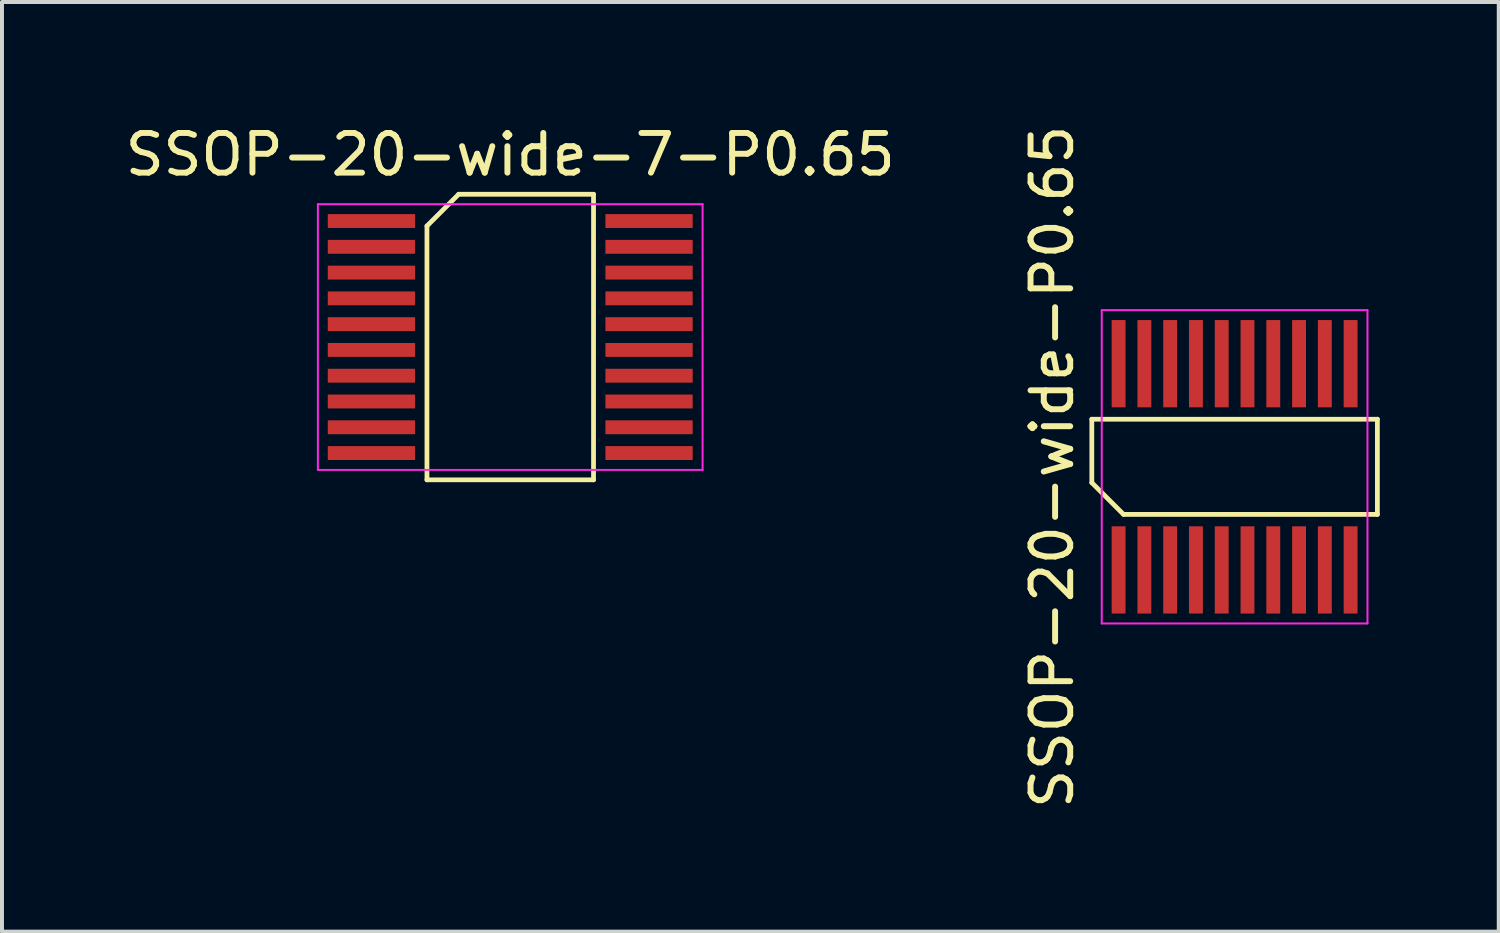
<source format=kicad_pcb>
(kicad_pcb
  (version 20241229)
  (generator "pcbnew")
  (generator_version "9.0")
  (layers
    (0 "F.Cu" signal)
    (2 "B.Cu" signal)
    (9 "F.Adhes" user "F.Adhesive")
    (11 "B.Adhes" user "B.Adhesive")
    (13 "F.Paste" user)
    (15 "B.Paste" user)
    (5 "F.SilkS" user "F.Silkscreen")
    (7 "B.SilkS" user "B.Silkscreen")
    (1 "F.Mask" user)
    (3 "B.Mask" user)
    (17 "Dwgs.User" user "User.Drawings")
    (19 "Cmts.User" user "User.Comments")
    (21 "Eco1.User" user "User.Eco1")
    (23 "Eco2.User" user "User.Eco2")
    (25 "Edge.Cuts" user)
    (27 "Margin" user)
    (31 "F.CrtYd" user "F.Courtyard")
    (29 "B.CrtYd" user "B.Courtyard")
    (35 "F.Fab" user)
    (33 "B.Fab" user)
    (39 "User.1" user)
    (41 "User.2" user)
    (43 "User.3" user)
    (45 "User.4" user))
  (footprint "SSOP-20-wide-P0.65"
    (layer "F.Cu")
    (at 28.079 8.72)
    (property "Reference" "SSOP-20-wide-P0.65" (at -4.6 0 90) (layer "F.SilkS") (effects (font (size 1 1) (thickness 0.15))))
    (attr smd)
    (fp_line (start -3.6 -1.2) (end 3.6 -1.2) (stroke (width 0.12) (type solid)) (layer "F.SilkS"))
    (fp_line (start -3.6 0.4) (end -3.6 -1.2) (stroke (width 0.12) (type solid)) (layer "F.SilkS"))
    (fp_line (start -2.8 1.2) (end -3.6 0.4) (stroke (width 0.12) (type solid)) (layer "F.SilkS"))
    (fp_line (start 3.6 -1.2) (end 3.6 1.2) (stroke (width 0.12) (type solid)) (layer "F.SilkS"))
    (fp_line (start 3.6 1.2) (end -2.8 1.2) (stroke (width 0.12) (type solid)) (layer "F.SilkS"))
    (fp_line (start -3.35 -3.95) (end 3.35 -3.95) (stroke (width 0.05) (type solid)) (layer "F.CrtYd"))
    (fp_line (start -3.35 3.95) (end -3.35 -3.95) (stroke (width 0.05) (type solid)) (layer "F.CrtYd"))
    (fp_line (start 3.35 -3.95) (end 3.35 3.95) (stroke (width 0.05) (type solid)) (layer "F.CrtYd"))
    (fp_line (start 3.35 3.95) (end -3.35 3.95) (stroke (width 0.05) (type solid)) (layer "F.CrtYd"))
    (pad "1" smd rect (at -2.925 2.6) (size 0.35 2.2) (layers "F.Cu" "F.Mask" "F.Paste"))
    (pad "2" smd rect (at -2.275 2.6) (size 0.35 2.2) (layers "F.Cu" "F.Mask" "F.Paste"))
    (pad "3" smd rect (at -1.625 2.6) (size 0.35 2.2) (layers "F.Cu" "F.Mask" "F.Paste"))
    (pad "4" smd rect (at -0.975 2.6) (size 0.35 2.2) (layers "F.Cu" "F.Mask" "F.Paste"))
    (pad "5" smd rect (at -0.325 2.6) (size 0.35 2.2) (layers "F.Cu" "F.Mask" "F.Paste"))
    (pad "6" smd rect (at 0.325 2.6) (size 0.35 2.2) (layers "F.Cu" "F.Mask" "F.Paste"))
    (pad "7" smd rect (at 0.975 2.6) (size 0.35 2.2) (layers "F.Cu" "F.Mask" "F.Paste"))
    (pad "8" smd rect (at 1.625 2.6) (size 0.35 2.2) (layers "F.Cu" "F.Mask" "F.Paste"))
    (pad "9" smd rect (at 2.275 2.6) (size 0.35 2.2) (layers "F.Cu" "F.Mask" "F.Paste"))
    (pad "10" smd rect (at 2.925 2.6) (size 0.35 2.2) (layers "F.Cu" "F.Mask" "F.Paste"))
    (pad "11" smd rect (at 2.925 -2.6) (size 0.35 2.2) (layers "F.Cu" "F.Mask" "F.Paste"))
    (pad "12" smd rect (at 2.275 -2.6) (size 0.35 2.2) (layers "F.Cu" "F.Mask" "F.Paste"))
    (pad "13" smd rect (at 1.625 -2.6) (size 0.35 2.2) (layers "F.Cu" "F.Mask" "F.Paste"))
    (pad "14" smd rect (at 0.975 -2.6) (size 0.35 2.2) (layers "F.Cu" "F.Mask" "F.Paste"))
    (pad "15" smd rect (at 0.325 -2.6) (size 0.35 2.2) (layers "F.Cu" "F.Mask" "F.Paste"))
    (pad "16" smd rect (at -0.325 -2.6) (size 0.35 2.2) (layers "F.Cu" "F.Mask" "F.Paste"))
    (pad "17" smd rect (at -0.975 -2.6) (size 0.35 2.2) (layers "F.Cu" "F.Mask" "F.Paste"))
    (pad "18" smd rect (at -1.625 -2.6) (size 0.35 2.2) (layers "F.Cu" "F.Mask" "F.Paste"))
    (pad "19" smd rect (at -2.275 -2.6) (size 0.35 2.2) (layers "F.Cu" "F.Mask" "F.Paste"))
    (pad "20" smd rect (at -2.925 -2.6) (size 0.35 2.2) (layers "F.Cu" "F.Mask" "F.Paste")))
  (footprint "SSOP-20-wide-7-P0.65"
    (layer "F.Cu")
    (at 9.815 5.448)
    (property "Reference" "SSOP-20-wide-7-P0.65" (at 0 -4.6 0) (layer "F.SilkS") (effects (font (size 1 1) (thickness 0.15))))
    (attr smd)
    (fp_line (start -2.1 -2.8) (end -1.3 -3.6) (stroke (width 0.12) (type solid)) (layer "F.SilkS"))
    (fp_line (start -2.1 3.6) (end -2.1 -2.8) (stroke (width 0.12) (type solid)) (layer "F.SilkS"))
    (fp_line (start -1.3 -3.6) (end 2.1 -3.6) (stroke (width 0.12) (type solid)) (layer "F.SilkS"))
    (fp_line (start 2.1 -3.6) (end 2.1 3.6) (stroke (width 0.12) (type solid)) (layer "F.SilkS"))
    (fp_line (start 2.1 3.6) (end -2.1 3.6) (stroke (width 0.12) (type solid)) (layer "F.SilkS"))
    (fp_line (start -4.85 -3.35) (end 4.85 -3.35) (stroke (width 0.05) (type solid)) (layer "F.CrtYd"))
    (fp_line (start -4.85 3.35) (end -4.85 -3.35) (stroke (width 0.05) (type solid)) (layer "F.CrtYd"))
    (fp_line (start 4.85 -3.35) (end 4.85 3.35) (stroke (width 0.05) (type solid)) (layer "F.CrtYd"))
    (fp_line (start 4.85 3.35) (end -4.85 3.35) (stroke (width 0.05) (type solid)) (layer "F.CrtYd"))
    (pad "1" smd rect (at -3.5 -2.925 270) (size 0.35 2.2) (layers "F.Cu" "F.Mask" "F.Paste"))
    (pad "2" smd rect (at -3.5 -2.275 270) (size 0.35 2.2) (layers "F.Cu" "F.Mask" "F.Paste"))
    (pad "3" smd rect (at -3.5 -1.625 270) (size 0.35 2.2) (layers "F.Cu" "F.Mask" "F.Paste"))
    (pad "4" smd rect (at -3.5 -0.975 270) (size 0.35 2.2) (layers "F.Cu" "F.Mask" "F.Paste"))
    (pad "5" smd rect (at -3.5 -0.325 270) (size 0.35 2.2) (layers "F.Cu" "F.Mask" "F.Paste"))
    (pad "6" smd rect (at -3.5 0.325 270) (size 0.35 2.2) (layers "F.Cu" "F.Mask" "F.Paste"))
    (pad "7" smd rect (at -3.5 0.975 270) (size 0.35 2.2) (layers "F.Cu" "F.Mask" "F.Paste"))
    (pad "8" smd rect (at -3.5 1.625 270) (size 0.35 2.2) (layers "F.Cu" "F.Mask" "F.Paste"))
    (pad "9" smd rect (at -3.5 2.275 270) (size 0.35 2.2) (layers "F.Cu" "F.Mask" "F.Paste"))
    (pad "10" smd rect (at -3.5 2.925 270) (size 0.35 2.2) (layers "F.Cu" "F.Mask" "F.Paste"))
    (pad "11" smd rect (at 3.5 2.925 270) (size 0.35 2.2) (layers "F.Cu" "F.Mask" "F.Paste"))
    (pad "12" smd rect (at 3.5 2.275 270) (size 0.35 2.2) (layers "F.Cu" "F.Mask" "F.Paste"))
    (pad "13" smd rect (at 3.5 1.625 270) (size 0.35 2.2) (layers "F.Cu" "F.Mask" "F.Paste"))
    (pad "14" smd rect (at 3.5 0.975 270) (size 0.35 2.2) (layers "F.Cu" "F.Mask" "F.Paste"))
    (pad "15" smd rect (at 3.5 0.325 270) (size 0.35 2.2) (layers "F.Cu" "F.Mask" "F.Paste"))
    (pad "16" smd rect (at 3.5 -0.325 270) (size 0.35 2.2) (layers "F.Cu" "F.Mask" "F.Paste"))
    (pad "17" smd rect (at 3.5 -0.975 270) (size 0.35 2.2) (layers "F.Cu" "F.Mask" "F.Paste"))
    (pad "18" smd rect (at 3.5 -1.625 270) (size 0.35 2.2) (layers "F.Cu" "F.Mask" "F.Paste"))
    (pad "19" smd rect (at 3.5 -2.275 270) (size 0.35 2.2) (layers "F.Cu" "F.Mask" "F.Paste"))
    (pad "20" smd rect (at 3.5 -2.925 270) (size 0.35 2.2) (layers "F.Cu" "F.Mask" "F.Paste")))
  (gr_rect
    (start -3 -3)
    (end 34.739 20.44)
    (stroke (width 0.1) (type default))
    (fill no)
    (layer "Edge.Cuts")))
</source>
